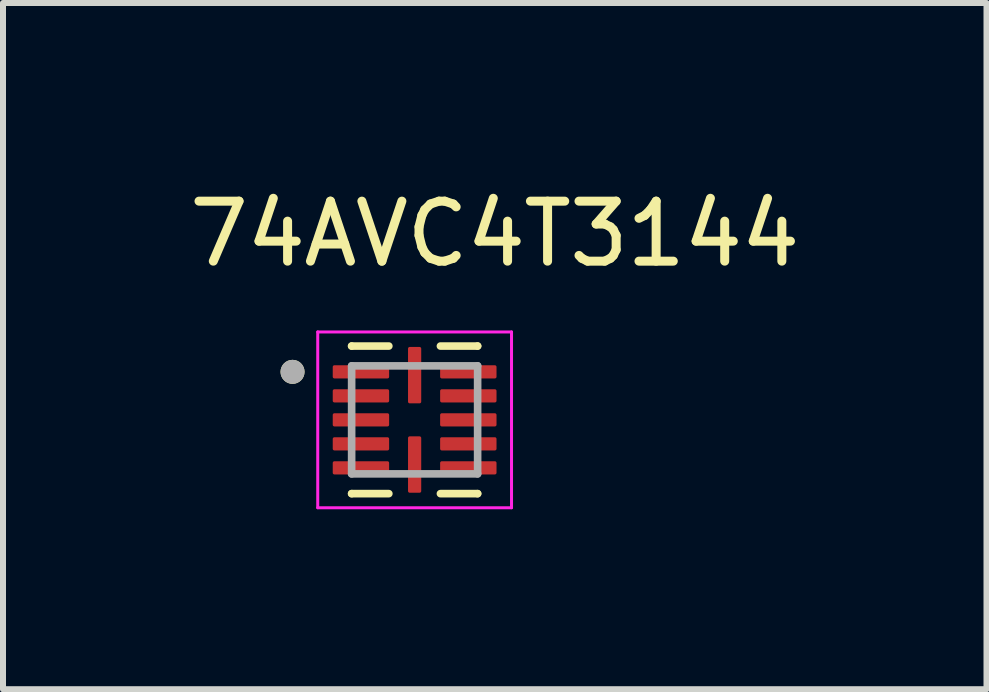
<source format=kicad_pcb>
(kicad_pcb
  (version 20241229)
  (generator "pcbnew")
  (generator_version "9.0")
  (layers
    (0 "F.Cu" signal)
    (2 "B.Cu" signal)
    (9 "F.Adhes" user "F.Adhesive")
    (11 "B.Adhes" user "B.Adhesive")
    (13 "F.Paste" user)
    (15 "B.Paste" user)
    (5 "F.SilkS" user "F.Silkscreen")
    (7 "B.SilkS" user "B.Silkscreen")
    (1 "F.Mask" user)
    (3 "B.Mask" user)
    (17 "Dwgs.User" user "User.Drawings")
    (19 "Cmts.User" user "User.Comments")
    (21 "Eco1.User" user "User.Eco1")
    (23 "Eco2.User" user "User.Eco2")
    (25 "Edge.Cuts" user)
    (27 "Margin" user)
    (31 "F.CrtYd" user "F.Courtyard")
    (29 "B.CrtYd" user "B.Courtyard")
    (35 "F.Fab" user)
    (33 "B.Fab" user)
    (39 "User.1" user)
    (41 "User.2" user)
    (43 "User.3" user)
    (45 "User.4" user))
  (footprint "74AVC4T3144"
    (layer "F.Cu")
    (at 3.861 3.948)
    (property "Reference" "74AVC4T3144" (at 1.335 -3.1 0) (layer "F.SilkS") (effects (font (size 1 1) (thickness 0.15))))
    (attr smd)
    (fp_line (start -1.05 -1.23) (end -1.05 -1.23) (stroke (width 0.127) (type solid)) (layer "F.SilkS"))
    (fp_line (start -1.05 -1.23) (end -0.43 -1.23) (stroke (width 0.127) (type solid)) (layer "F.SilkS"))
    (fp_line (start -1.05 1.23) (end -1.05 1.23) (stroke (width 0.127) (type solid)) (layer "F.SilkS"))
    (fp_line (start -1.05 1.23) (end -0.43 1.23) (stroke (width 0.127) (type solid)) (layer "F.SilkS"))
    (fp_line (start 1.05 -1.23) (end 0.43 -1.23) (stroke (width 0.127) (type solid)) (layer "F.SilkS"))
    (fp_line (start 1.05 -1.23) (end 1.05 -1.23) (stroke (width 0.127) (type solid)) (layer "F.SilkS"))
    (fp_line (start 1.05 1.23) (end 0.43 1.23) (stroke (width 0.127) (type solid)) (layer "F.SilkS"))
    (fp_line (start 1.05 1.23) (end 1.05 1.23) (stroke (width 0.127) (type solid)) (layer "F.SilkS"))
    (fp_circle (center -2.035 -0.8) (end -1.935 -0.8) (stroke (width 0.2) (type solid)) (fill no) (layer "F.SilkS"))
    (fp_line (start -1.615 -1.465) (end 1.615 -1.465) (stroke (width 0.05) (type solid)) (layer "F.CrtYd"))
    (fp_line (start -1.615 1.465) (end -1.615 -1.465) (stroke (width 0.05) (type solid)) (layer "F.CrtYd"))
    (fp_line (start -1.615 1.465) (end 1.615 1.465) (stroke (width 0.05) (type solid)) (layer "F.CrtYd"))
    (fp_line (start 1.615 1.465) (end 1.615 -1.465) (stroke (width 0.05) (type solid)) (layer "F.CrtYd"))
    (fp_line (start -1.05 0.9) (end -1.05 -0.9) (stroke (width 0.127) (type solid)) (layer "F.Fab"))
    (fp_line (start 1.05 -0.9) (end -1.05 -0.9) (stroke (width 0.127) (type solid)) (layer "F.Fab"))
    (fp_line (start 1.05 0.9) (end -1.05 0.9) (stroke (width 0.127) (type solid)) (layer "F.Fab"))
    (fp_line (start 1.05 0.9) (end 1.05 -0.9) (stroke (width 0.127) (type solid)) (layer "F.Fab"))
    (fp_circle (center -2.035 -0.8) (end -1.935 -0.8) (stroke (width 0.2) (type solid)) (fill no) (layer "F.Fab"))
    (pad "1" smd roundrect (at -0.895 -0.8) (size 0.94 0.22) (layers "F.Cu" "F.Mask" "F.Paste") (roundrect_rratio 0.125))
    (pad "2" smd roundrect (at -0.895 -0.4) (size 0.94 0.22) (layers "F.Cu" "F.Mask" "F.Paste") (roundrect_rratio 0.125))
    (pad "3" smd roundrect (at -0.895 0) (size 0.94 0.22) (layers "F.Cu" "F.Mask" "F.Paste") (roundrect_rratio 0.125))
    (pad "4" smd roundrect (at -0.895 0.4) (size 0.94 0.22) (layers "F.Cu" "F.Mask" "F.Paste") (roundrect_rratio 0.125))
    (pad "5" smd roundrect (at -0.895 0.8) (size 0.94 0.22) (layers "F.Cu" "F.Mask" "F.Paste") (roundrect_rratio 0.125))
    (pad "6" smd roundrect (at 0 0.745) (size 0.22 0.94) (layers "F.Cu" "F.Mask" "F.Paste") (roundrect_rratio 0.125))
    (pad "7" smd roundrect (at 0.895 0.8) (size 0.94 0.22) (layers "F.Cu" "F.Mask" "F.Paste") (roundrect_rratio 0.125))
    (pad "8" smd roundrect (at 0.895 0.4) (size 0.94 0.22) (layers "F.Cu" "F.Mask" "F.Paste") (roundrect_rratio 0.125))
    (pad "9" smd roundrect (at 0.895 0) (size 0.94 0.22) (layers "F.Cu" "F.Mask" "F.Paste") (roundrect_rratio 0.125))
    (pad "10" smd roundrect (at 0.895 -0.4) (size 0.94 0.22) (layers "F.Cu" "F.Mask" "F.Paste") (roundrect_rratio 0.125))
    (pad "11" smd roundrect (at 0.895 -0.8) (size 0.94 0.22) (layers "F.Cu" "F.Mask" "F.Paste") (roundrect_rratio 0.125))
    (pad "12" smd roundrect (at 0 -0.745) (size 0.22 0.94) (layers "F.Cu" "F.Mask" "F.Paste") (roundrect_rratio 0.125)))
  (gr_rect
    (start -3 -3)
    (end 13.393 8.438)
    (stroke (width 0.1) (type default))
    (fill no)
    (layer "Edge.Cuts")))
</source>
